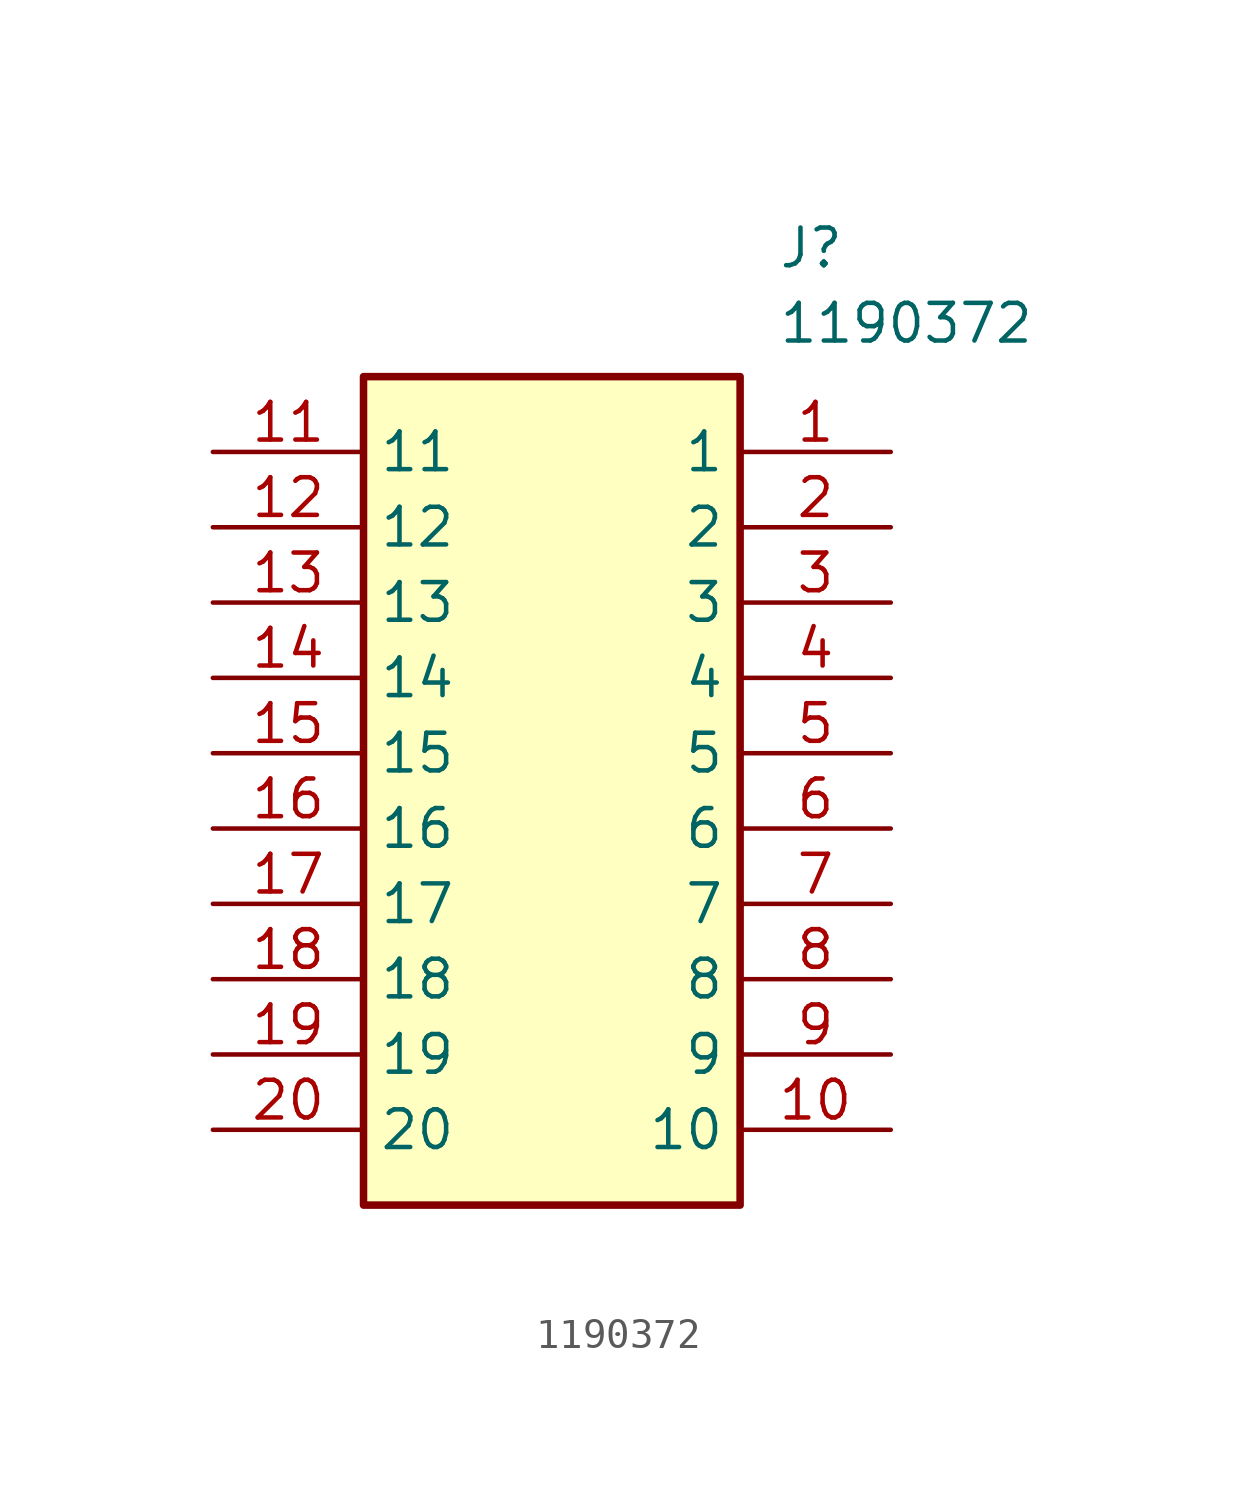
<source format=kicad_sym>
(kicad_symbol_lib
  (version 20211014)
  (generator SamacSys_ECAD_Model)
  (symbol "1190372"
    (property "Reference" "J"
      (at 19.05 7.62 0)
      (effects (font (size 1.27 1.27)) (justify left top)))
    (property "Value" "1190372"
      (at 19.05 5.08 0)
      (effects (font (size 1.27 1.27)) (justify left top)))
    (rectangle
      (start 5.08 2.54)
      (end 17.78 -25.4)
      (stroke (width 0.254) (type default))
      (fill (type background)))
    (pin passive line
      (at 22.86 0 180)
      (length 5.08)
      (name "1" (effects (font (size 1.27 1.27))))
      (number "1" (effects (font (size 1.27 1.27)))))
    (pin passive line
      (at 22.86 -2.54 180)
      (length 5.08)
      (name "2" (effects (font (size 1.27 1.27))))
      (number "2" (effects (font (size 1.27 1.27)))))
    (pin passive line
      (at 22.86 -5.08 180)
      (length 5.08)
      (name "3" (effects (font (size 1.27 1.27))))
      (number "3" (effects (font (size 1.27 1.27)))))
    (pin passive line
      (at 22.86 -7.62 180)
      (length 5.08)
      (name "4" (effects (font (size 1.27 1.27))))
      (number "4" (effects (font (size 1.27 1.27)))))
    (pin passive line
      (at 22.86 -10.16 180)
      (length 5.08)
      (name "5" (effects (font (size 1.27 1.27))))
      (number "5" (effects (font (size 1.27 1.27)))))
    (pin passive line
      (at 22.86 -12.7 180)
      (length 5.08)
      (name "6" (effects (font (size 1.27 1.27))))
      (number "6" (effects (font (size 1.27 1.27)))))
    (pin passive line
      (at 22.86 -15.24 180)
      (length 5.08)
      (name "7" (effects (font (size 1.27 1.27))))
      (number "7" (effects (font (size 1.27 1.27)))))
    (pin passive line
      (at 22.86 -17.78 180)
      (length 5.08)
      (name "8" (effects (font (size 1.27 1.27))))
      (number "8" (effects (font (size 1.27 1.27)))))
    (pin passive line
      (at 22.86 -20.32 180)
      (length 5.08)
      (name "9" (effects (font (size 1.27 1.27))))
      (number "9" (effects (font (size 1.27 1.27)))))
    (pin passive line
      (at 22.86 -22.86 180)
      (length 5.08)
      (name "10" (effects (font (size 1.27 1.27))))
      (number "10" (effects (font (size 1.27 1.27)))))
    (pin passive line
      (at 0 0 0)
      (length 5.08)
      (name "11" (effects (font (size 1.27 1.27))))
      (number "11" (effects (font (size 1.27 1.27)))))
    (pin passive line
      (at 0 -2.54 0)
      (length 5.08)
      (name "12" (effects (font (size 1.27 1.27))))
      (number "12" (effects (font (size 1.27 1.27)))))
    (pin passive line
      (at 0 -5.08 0)
      (length 5.08)
      (name "13" (effects (font (size 1.27 1.27))))
      (number "13" (effects (font (size 1.27 1.27)))))
    (pin passive line
      (at 0 -7.62 0)
      (length 5.08)
      (name "14" (effects (font (size 1.27 1.27))))
      (number "14" (effects (font (size 1.27 1.27)))))
    (pin passive line
      (at 0 -10.16 0)
      (length 5.08)
      (name "15" (effects (font (size 1.27 1.27))))
      (number "15" (effects (font (size 1.27 1.27)))))
    (pin passive line
      (at 0 -12.7 0)
      (length 5.08)
      (name "16" (effects (font (size 1.27 1.27))))
      (number "16" (effects (font (size 1.27 1.27)))))
    (pin passive line
      (at 0 -15.24 0)
      (length 5.08)
      (name "17" (effects (font (size 1.27 1.27))))
      (number "17" (effects (font (size 1.27 1.27)))))
    (pin passive line
      (at 0 -17.78 0)
      (length 5.08)
      (name "18" (effects (font (size 1.27 1.27))))
      (number "18" (effects (font (size 1.27 1.27)))))
    (pin passive line
      (at 0 -20.32 0)
      (length 5.08)
      (name "19" (effects (font (size 1.27 1.27))))
      (number "19" (effects (font (size 1.27 1.27)))))
    (pin passive line
      (at 0 -22.86 0)
      (length 5.08)
      (name "20" (effects (font (size 1.27 1.27))))
      (number "20" (effects (font (size 1.27 1.27)))))))
</source>
